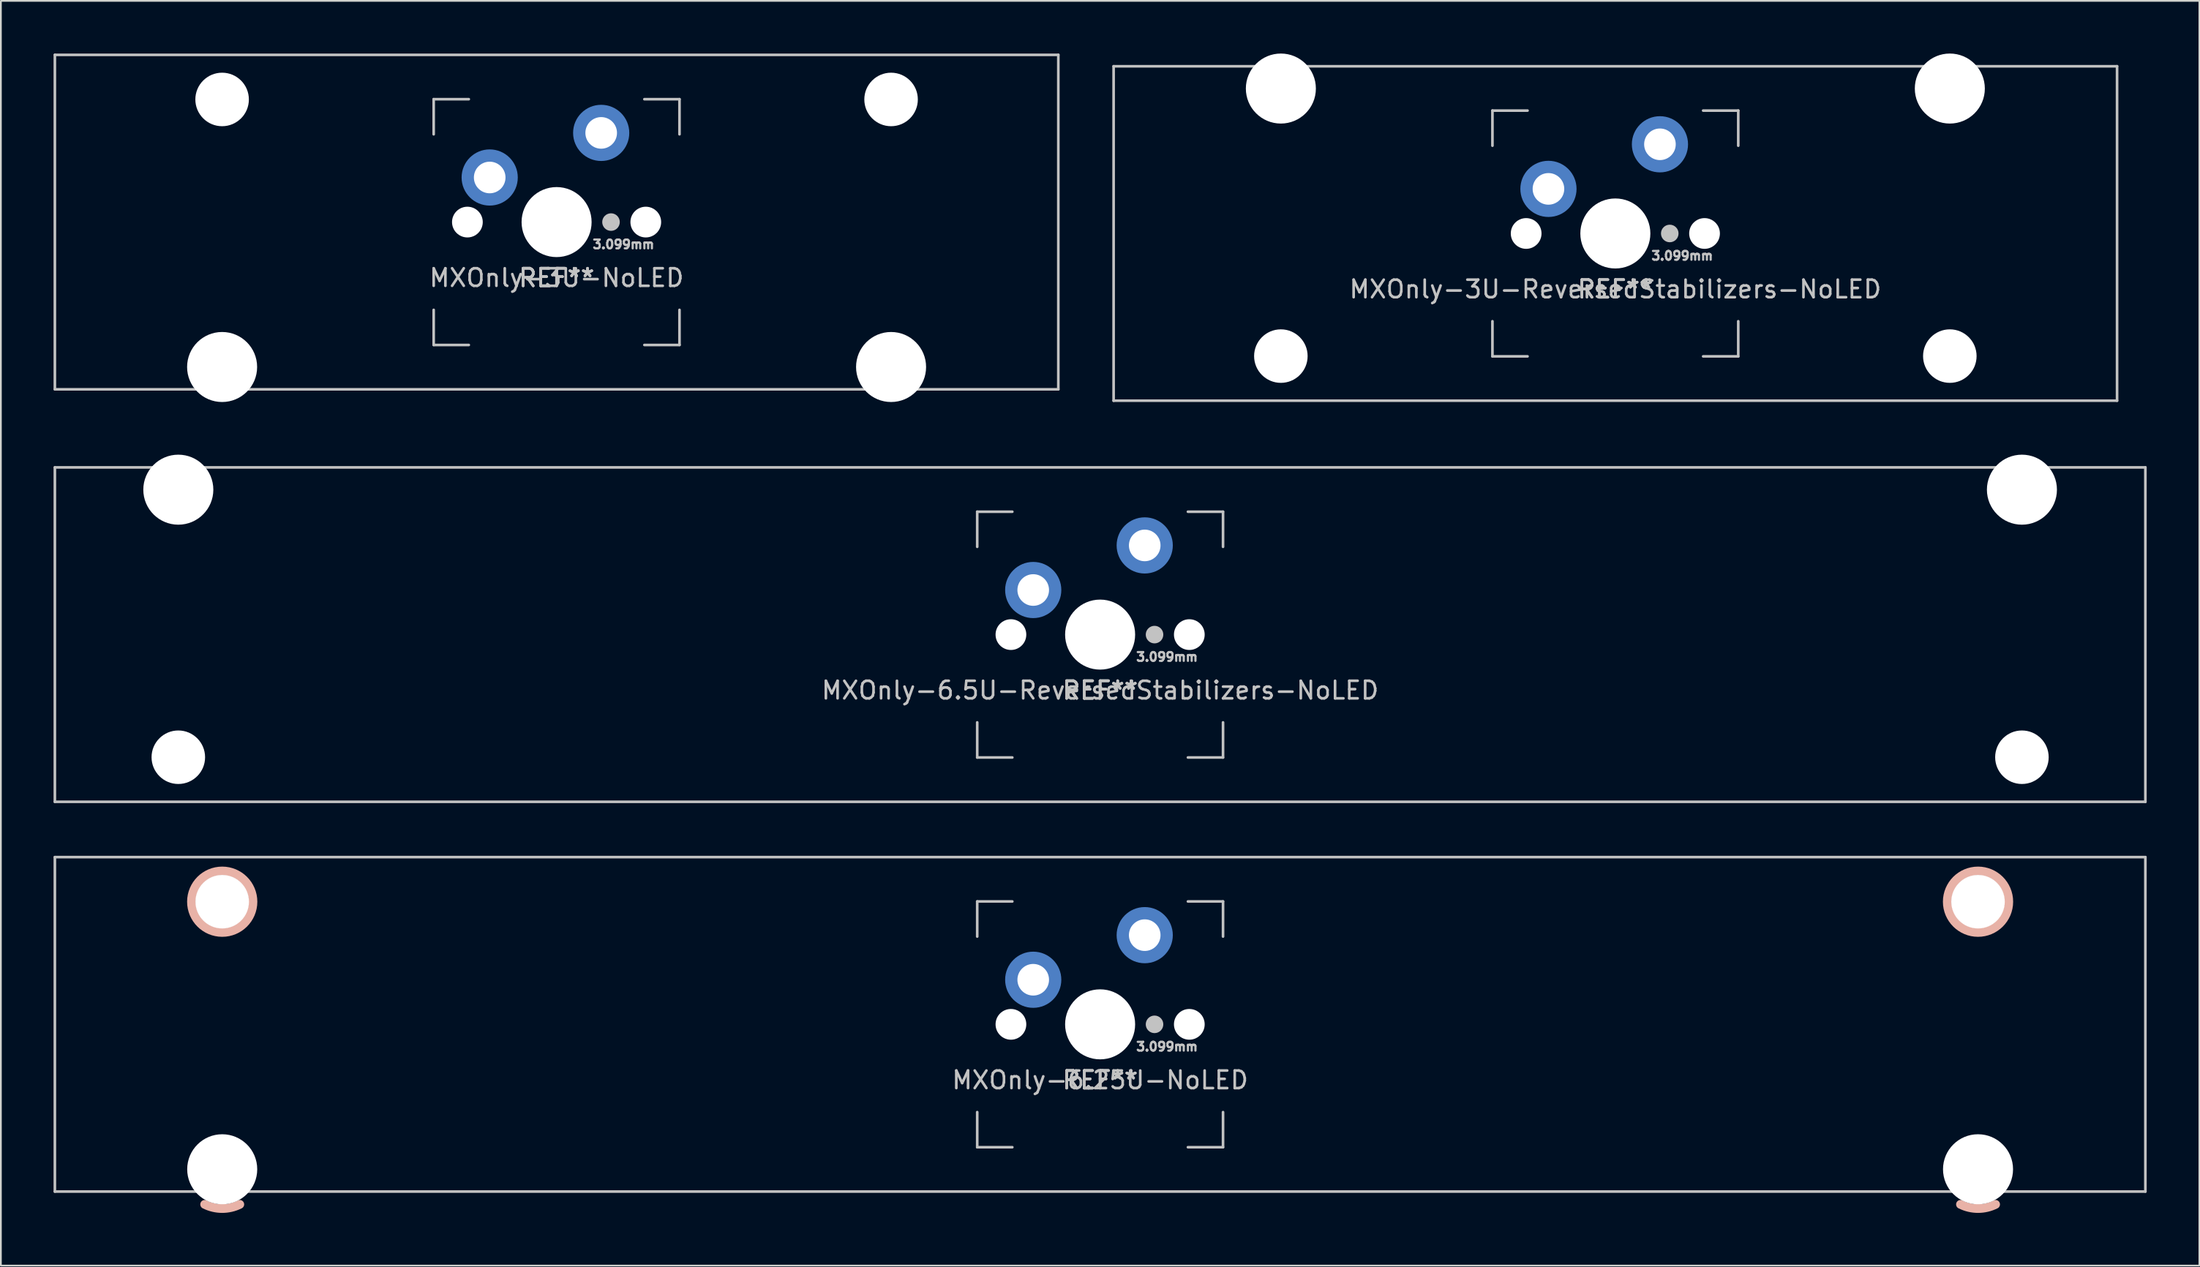
<source format=kicad_pcb>
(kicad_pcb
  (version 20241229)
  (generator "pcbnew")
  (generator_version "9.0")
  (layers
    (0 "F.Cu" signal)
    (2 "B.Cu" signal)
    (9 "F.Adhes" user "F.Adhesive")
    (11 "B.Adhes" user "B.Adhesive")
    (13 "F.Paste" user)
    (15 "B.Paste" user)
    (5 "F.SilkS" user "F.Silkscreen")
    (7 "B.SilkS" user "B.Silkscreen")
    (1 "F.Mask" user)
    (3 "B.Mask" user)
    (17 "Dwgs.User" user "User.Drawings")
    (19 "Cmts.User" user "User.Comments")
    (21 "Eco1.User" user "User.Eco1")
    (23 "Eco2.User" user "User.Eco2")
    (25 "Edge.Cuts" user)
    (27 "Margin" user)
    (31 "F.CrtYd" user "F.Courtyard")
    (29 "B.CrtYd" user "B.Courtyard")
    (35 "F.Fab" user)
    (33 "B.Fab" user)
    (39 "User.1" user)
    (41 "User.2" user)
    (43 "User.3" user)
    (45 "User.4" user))
  (footprint "MXOnly-6.5U-ReversedStabilizers-NoLED"
    (layer "F.Cu")
    (at 59.606 33.098)
    (property "Reference" "MXOnly-6.5U-ReversedStabilizers-NoLED" (at 0 3.175 0) (layer "Dwgs.User") (effects (font (size 1 1) (thickness 0.15))))
    (attr through_hole)
    (fp_line (start -59.531 -9.525) (end 59.531 -9.525) (stroke (width 0.15) (type solid)) (layer "Dwgs.User"))
    (fp_line (start -59.531 9.525) (end -59.531 -9.525) (stroke (width 0.15) (type solid)) (layer "Dwgs.User"))
    (fp_line (start -59.531 9.525) (end 59.531 9.525) (stroke (width 0.15) (type solid)) (layer "Dwgs.User"))
    (fp_line (start -7 -7) (end -7 -5) (stroke (width 0.15) (type solid)) (layer "Dwgs.User"))
    (fp_line (start -7 5) (end -7 7) (stroke (width 0.15) (type solid)) (layer "Dwgs.User"))
    (fp_line (start -7 7) (end -5 7) (stroke (width 0.15) (type solid)) (layer "Dwgs.User"))
    (fp_line (start -5 -7) (end -7 -7) (stroke (width 0.15) (type solid)) (layer "Dwgs.User"))
    (fp_line (start 5 -7) (end 7 -7) (stroke (width 0.15) (type solid)) (layer "Dwgs.User"))
    (fp_line (start 5 7) (end 7 7) (stroke (width 0.15) (type solid)) (layer "Dwgs.User"))
    (fp_line (start 7 -7) (end 7 -5) (stroke (width 0.15) (type solid)) (layer "Dwgs.User"))
    (fp_line (start 7 7) (end 7 5) (stroke (width 0.15) (type solid)) (layer "Dwgs.User"))
    (fp_line (start 59.531 -9.525) (end 59.531 9.525) (stroke (width 0.15) (type solid)) (layer "Dwgs.User"))
    (fp_text user "REF**" (at 0 3.175 0) (layer "Dwgs.User") (effects (font (size 1 1) (thickness 0.15))))
    (fp_text user "REF**" (at 0 3.175 0) (layer "Dwgs.User") (effects (font (size 1 1) (thickness 0.15))))
    (fp_text user "REF**" (at 0 3.175 0) (layer "Dwgs.User") (effects (font (size 1 1) (thickness 0.15))))
    (fp_text user "3.099mm" (at 3.81 1.27 0) (layer "Dwgs.User") (effects (font (size 0.5 0.5) (thickness 0.125))))
    (pad "" np_thru_hole circle (at -52.5 -8.255) (size 3.988 3.988) (drill 3.988) (layers "*.Cu" "*.Mask"))
    (pad "" np_thru_hole circle (at -52.5 6.985) (size 3.048 3.048) (drill 3.048) (layers "*.Cu" "*.Mask"))
    (pad "" np_thru_hole circle (at -5.08 0 48.1) (size 1.75 1.75) (drill 1.75) (layers "*.Cu" "*.Mask"))
    (pad "" smd circle (at -3.81 -2.54) (size 2.8 2.8) (layers "B.Mask"))
    (pad "" np_thru_hole circle (at 0 0) (size 3.988 3.988) (drill 3.988) (layers "*.Cu" "*.Mask"))
    (pad "" smd circle (at 2.54 -5.08) (size 2.8 2.8) (layers "B.Mask"))
    (pad "" smd circle (at 3.099 0) (size 1 1) (layers "Dwgs.User"))
    (pad "" np_thru_hole circle (at 5.08 0 48.1) (size 1.75 1.75) (drill 1.75) (layers "*.Cu" "*.Mask"))
    (pad "" np_thru_hole circle (at 52.5 -8.255) (size 3.988 3.988) (drill 3.988) (layers "*.Cu" "*.Mask"))
    (pad "" np_thru_hole circle (at 52.5 6.985) (size 3.048 3.048) (drill 3.048) (layers "*.Cu" "*.Mask"))
    (pad "1" thru_hole circle (at -3.81 -2.54) (size 2.4 2.4) (drill 1.8) (layers "*.Cu"))
    (pad "1" connect circle (at -3.81 -2.54) (size 3.2 3.2) (layers "B.Cu"))
    (pad "2" thru_hole circle (at 2.54 -5.08) (size 2.4 2.4) (drill 1.8) (layers "*.Cu"))
    (pad "2" connect circle (at 2.54 -5.08) (size 3.2 3.2) (layers "B.Cu")))
  (footprint "MXOnly-3U-ReversedStabilizers-NoLED"
    (layer "F.Cu")
    (at 88.95 10.249)
    (property "Reference" "MXOnly-3U-ReversedStabilizers-NoLED" (at 0 3.175 0) (layer "Dwgs.User") (effects (font (size 1 1) (thickness 0.15))))
    (attr through_hole)
    (fp_line (start -28.575 -9.525) (end 28.575 -9.525) (stroke (width 0.15) (type solid)) (layer "Dwgs.User"))
    (fp_line (start -28.575 9.525) (end -28.575 -9.525) (stroke (width 0.15) (type solid)) (layer "Dwgs.User"))
    (fp_line (start -28.575 9.525) (end 28.575 9.525) (stroke (width 0.15) (type solid)) (layer "Dwgs.User"))
    (fp_line (start -7 -7) (end -7 -5) (stroke (width 0.15) (type solid)) (layer "Dwgs.User"))
    (fp_line (start -7 5) (end -7 7) (stroke (width 0.15) (type solid)) (layer "Dwgs.User"))
    (fp_line (start -7 7) (end -5 7) (stroke (width 0.15) (type solid)) (layer "Dwgs.User"))
    (fp_line (start -5 -7) (end -7 -7) (stroke (width 0.15) (type solid)) (layer "Dwgs.User"))
    (fp_line (start 5 -7) (end 7 -7) (stroke (width 0.15) (type solid)) (layer "Dwgs.User"))
    (fp_line (start 5 7) (end 7 7) (stroke (width 0.15) (type solid)) (layer "Dwgs.User"))
    (fp_line (start 7 -7) (end 7 -5) (stroke (width 0.15) (type solid)) (layer "Dwgs.User"))
    (fp_line (start 7 7) (end 7 5) (stroke (width 0.15) (type solid)) (layer "Dwgs.User"))
    (fp_line (start 28.575 -9.525) (end 28.575 9.525) (stroke (width 0.15) (type solid)) (layer "Dwgs.User"))
    (fp_text user "REF**" (at 0 3.175 0) (layer "Dwgs.User") (effects (font (size 1 1) (thickness 0.15))))
    (fp_text user "3.099mm" (at 3.81 1.27 0) (layer "Dwgs.User") (effects (font (size 0.5 0.5) (thickness 0.125))))
    (fp_text user "REF**" (at 0 3.175 0) (layer "Dwgs.User") (effects (font (size 1 1) (thickness 0.15))))
    (fp_text user "REF**" (at 0 3.175 0) (layer "Dwgs.User") (effects (font (size 1 1) (thickness 0.15))))
    (pad "" np_thru_hole circle (at -19.05 -8.255) (size 3.988 3.988) (drill 3.988) (layers "*.Cu" "*.Mask"))
    (pad "" np_thru_hole circle (at -19.05 6.985) (size 3.048 3.048) (drill 3.048) (layers "*.Cu" "*.Mask"))
    (pad "" np_thru_hole circle (at -5.08 0 48.1) (size 1.75 1.75) (drill 1.75) (layers "*.Cu" "*.Mask"))
    (pad "" smd circle (at -3.81 -2.54) (size 2.8 2.8) (layers "B.Mask"))
    (pad "" np_thru_hole circle (at 0 0) (size 3.988 3.988) (drill 3.988) (layers "*.Cu" "*.Mask"))
    (pad "" smd circle (at 2.54 -5.08) (size 2.8 2.8) (layers "B.Mask"))
    (pad "" smd circle (at 3.099 0) (size 1 1) (layers "Dwgs.User"))
    (pad "" np_thru_hole circle (at 5.08 0 48.1) (size 1.75 1.75) (drill 1.75) (layers "*.Cu" "*.Mask"))
    (pad "" np_thru_hole circle (at 19.05 -8.255) (size 3.988 3.988) (drill 3.988) (layers "*.Cu" "*.Mask"))
    (pad "" np_thru_hole circle (at 19.05 6.985) (size 3.048 3.048) (drill 3.048) (layers "*.Cu" "*.Mask"))
    (pad "1" thru_hole circle (at -3.81 -2.54) (size 2.4 2.4) (drill 1.8) (layers "*.Cu"))
    (pad "1" connect circle (at -3.81 -2.54) (size 3.2 3.2) (layers "B.Cu"))
    (pad "2" thru_hole circle (at 2.54 -5.08) (size 2.4 2.4) (drill 1.8) (layers "*.Cu"))
    (pad "2" connect circle (at 2.54 -5.08) (size 3.2 3.2) (layers "B.Cu")))
  (footprint "MXOnly-3U-NoLED"
    (layer "F.Cu")
    (at 28.65 9.6)
    (property "Reference" "MXOnly-3U-NoLED" (at 0 3.175 0) (layer "Dwgs.User") (effects (font (size 1 1) (thickness 0.15))))
    (attr through_hole)
    (fp_line (start -28.575 -9.525) (end 28.575 -9.525) (stroke (width 0.15) (type solid)) (layer "Dwgs.User"))
    (fp_line (start -28.575 9.525) (end -28.575 -9.525) (stroke (width 0.15) (type solid)) (layer "Dwgs.User"))
    (fp_line (start -28.575 9.525) (end 28.575 9.525) (stroke (width 0.15) (type solid)) (layer "Dwgs.User"))
    (fp_line (start -7 -7) (end -7 -5) (stroke (width 0.15) (type solid)) (layer "Dwgs.User"))
    (fp_line (start -7 5) (end -7 7) (stroke (width 0.15) (type solid)) (layer "Dwgs.User"))
    (fp_line (start -7 7) (end -5 7) (stroke (width 0.15) (type solid)) (layer "Dwgs.User"))
    (fp_line (start -5 -7) (end -7 -7) (stroke (width 0.15) (type solid)) (layer "Dwgs.User"))
    (fp_line (start 5 -7) (end 7 -7) (stroke (width 0.15) (type solid)) (layer "Dwgs.User"))
    (fp_line (start 5 7) (end 7 7) (stroke (width 0.15) (type solid)) (layer "Dwgs.User"))
    (fp_line (start 7 -7) (end 7 -5) (stroke (width 0.15) (type solid)) (layer "Dwgs.User"))
    (fp_line (start 7 7) (end 7 5) (stroke (width 0.15) (type solid)) (layer "Dwgs.User"))
    (fp_line (start 28.575 -9.525) (end 28.575 9.525) (stroke (width 0.15) (type solid)) (layer "Dwgs.User"))
    (fp_text user "3.099mm" (at 3.81 1.27 0) (layer "Dwgs.User") (effects (font (size 0.5 0.5) (thickness 0.125))))
    (fp_text user "REF**" (at 0 3.175 0) (layer "Dwgs.User") (effects (font (size 1 1) (thickness 0.15))))
    (fp_text user "REF**" (at 0 3.175 0) (layer "Dwgs.User") (effects (font (size 1 1) (thickness 0.15))))
    (fp_text user "REF**" (at 0 3.175 0) (layer "Dwgs.User") (effects (font (size 1 1) (thickness 0.15))))
    (pad "" np_thru_hole circle (at -19.05 -6.985) (size 3.048 3.048) (drill 3.048) (layers "*.Cu" "*.Mask"))
    (pad "" np_thru_hole circle (at -19.05 8.255) (size 3.988 3.988) (drill 3.988) (layers "*.Cu" "*.Mask"))
    (pad "" np_thru_hole circle (at -5.08 0 48.1) (size 1.75 1.75) (drill 1.75) (layers "*.Cu" "*.Mask"))
    (pad "" smd circle (at -3.81 -2.54) (size 2.8 2.8) (layers "B.Mask"))
    (pad "" np_thru_hole circle (at 0 0) (size 3.988 3.988) (drill 3.988) (layers "*.Cu" "*.Mask"))
    (pad "" smd circle (at 2.54 -5.08) (size 2.8 2.8) (layers "B.Mask"))
    (pad "" smd circle (at 3.099 0) (size 1 1) (layers "Dwgs.User"))
    (pad "" np_thru_hole circle (at 5.08 0 48.1) (size 1.75 1.75) (drill 1.75) (layers "*.Cu" "*.Mask"))
    (pad "" np_thru_hole circle (at 19.05 -6.985) (size 3.048 3.048) (drill 3.048) (layers "*.Cu" "*.Mask"))
    (pad "" np_thru_hole circle (at 19.05 8.255) (size 3.988 3.988) (drill 3.988) (layers "*.Cu" "*.Mask"))
    (pad "1" thru_hole circle (at -3.81 -2.54) (size 2.4 2.4) (drill 1.8) (layers "*.Cu"))
    (pad "1" connect circle (at -3.81 -2.54) (size 3.2 3.2) (layers "B.Cu"))
    (pad "2" thru_hole circle (at 2.54 -5.08) (size 2.4 2.4) (drill 1.8) (layers "*.Cu"))
    (pad "2" connect circle (at 2.54 -5.08) (size 3.2 3.2) (layers "B.Cu")))
  (footprint "MXOnly-6.25U-NoLED"
    (layer "F.Cu")
    (at 59.606 55.298)
    (property "Reference" "MXOnly-6.25U-NoLED" (at 0 3.175 0) (layer "Dwgs.User") (effects (font (size 1 1) (thickness 0.15))))
    (attr through_hole)
    (fp_arc (start -48.9999 10.255) (mid -49.999313 10.491068) (end -50.998849 10.255525) (stroke (width 0.5) (type solid)) (layer "B.SilkS"))
    (fp_arc (start 50.9999 10.255) (mid 50.000487 10.491068) (end 49.000951 10.255525) (stroke (width 0.5) (type solid)) (layer "B.SilkS"))
    (fp_circle (center -50 -6.985) (end -48.25 -6.985) (stroke (width 0.5) (type solid)) (fill no) (layer "B.SilkS"))
    (fp_circle (center 50 -6.985) (end 51.75 -6.985) (stroke (width 0.5) (type solid)) (fill no) (layer "B.SilkS"))
    (fp_line (start -59.531 -9.525) (end 59.531 -9.525) (stroke (width 0.15) (type solid)) (layer "Dwgs.User"))
    (fp_line (start -59.531 9.525) (end -59.531 -9.525) (stroke (width 0.15) (type solid)) (layer "Dwgs.User"))
    (fp_line (start -59.531 9.525) (end 59.531 9.525) (stroke (width 0.15) (type solid)) (layer "Dwgs.User"))
    (fp_line (start -7 -7) (end -7 -5) (stroke (width 0.15) (type solid)) (layer "Dwgs.User"))
    (fp_line (start -7 5) (end -7 7) (stroke (width 0.15) (type solid)) (layer "Dwgs.User"))
    (fp_line (start -7 7) (end -5 7) (stroke (width 0.15) (type solid)) (layer "Dwgs.User"))
    (fp_line (start -5 -7) (end -7 -7) (stroke (width 0.15) (type solid)) (layer "Dwgs.User"))
    (fp_line (start 5 -7) (end 7 -7) (stroke (width 0.15) (type solid)) (layer "Dwgs.User"))
    (fp_line (start 5 7) (end 7 7) (stroke (width 0.15) (type solid)) (layer "Dwgs.User"))
    (fp_line (start 7 -7) (end 7 -5) (stroke (width 0.15) (type solid)) (layer "Dwgs.User"))
    (fp_line (start 7 7) (end 7 5) (stroke (width 0.15) (type solid)) (layer "Dwgs.User"))
    (fp_line (start 59.531 -9.525) (end 59.531 9.525) (stroke (width 0.15) (type solid)) (layer "Dwgs.User"))
    (fp_text user "REF**" (at 0 3.175 0) (layer "Dwgs.User") (effects (font (size 1 1) (thickness 0.15))))
    (fp_text user "REF**" (at 0 3.175 0) (layer "Dwgs.User") (effects (font (size 1 1) (thickness 0.15))))
    (fp_text user "REF**" (at 0 3.175 0) (layer "Dwgs.User") (effects (font (size 1 1) (thickness 0.15))))
    (fp_text user "3.099mm" (at 3.81 1.27 0) (layer "Dwgs.User") (effects (font (size 0.5 0.5) (thickness 0.125))))
    (pad "" np_thru_hole circle (at -50 -6.985) (size 3.048 3.048) (drill 3.048) (layers "*.Cu" "*.Mask"))
    (pad "" np_thru_hole circle (at -50 8.255) (size 3.988 3.988) (drill 3.988) (layers "*.Cu" "*.Mask"))
    (pad "" np_thru_hole circle (at -5.08 0 48.1) (size 1.75 1.75) (drill 1.75) (layers "*.Cu" "*.Mask"))
    (pad "" smd circle (at -3.81 -2.54) (size 2.8 2.8) (layers "B.Mask"))
    (pad "" np_thru_hole circle (at 0 0) (size 3.988 3.988) (drill 3.988) (layers "*.Cu" "*.Mask"))
    (pad "" smd circle (at 2.54 -5.08) (size 2.8 2.8) (layers "B.Mask"))
    (pad "" smd circle (at 3.099 0) (size 1 1) (layers "Dwgs.User"))
    (pad "" np_thru_hole circle (at 5.08 0 48.1) (size 1.75 1.75) (drill 1.75) (layers "*.Cu" "*.Mask"))
    (pad "" np_thru_hole circle (at 50 -6.985) (size 3.048 3.048) (drill 3.048) (layers "*.Cu" "*.Mask"))
    (pad "" np_thru_hole circle (at 50 8.255) (size 3.988 3.988) (drill 3.988) (layers "*.Cu" "*.Mask"))
    (pad "1" thru_hole circle (at -3.81 -2.54) (size 2.4 2.4) (drill 1.8) (layers "*.Cu"))
    (pad "1" connect circle (at -3.81 -2.54) (size 3.2 3.2) (layers "B.Cu"))
    (pad "2" thru_hole circle (at 2.54 -5.08) (size 2.4 2.4) (drill 1.8) (layers "*.Cu"))
    (pad "2" connect circle (at 2.54 -5.08) (size 3.2 3.2) (layers "B.Cu")))
  (gr_rect
    (start -3 -3)
    (end 122.213 69.039)
    (stroke (width 0.1) (type default))
    (fill no)
    (layer "Edge.Cuts")))
</source>
